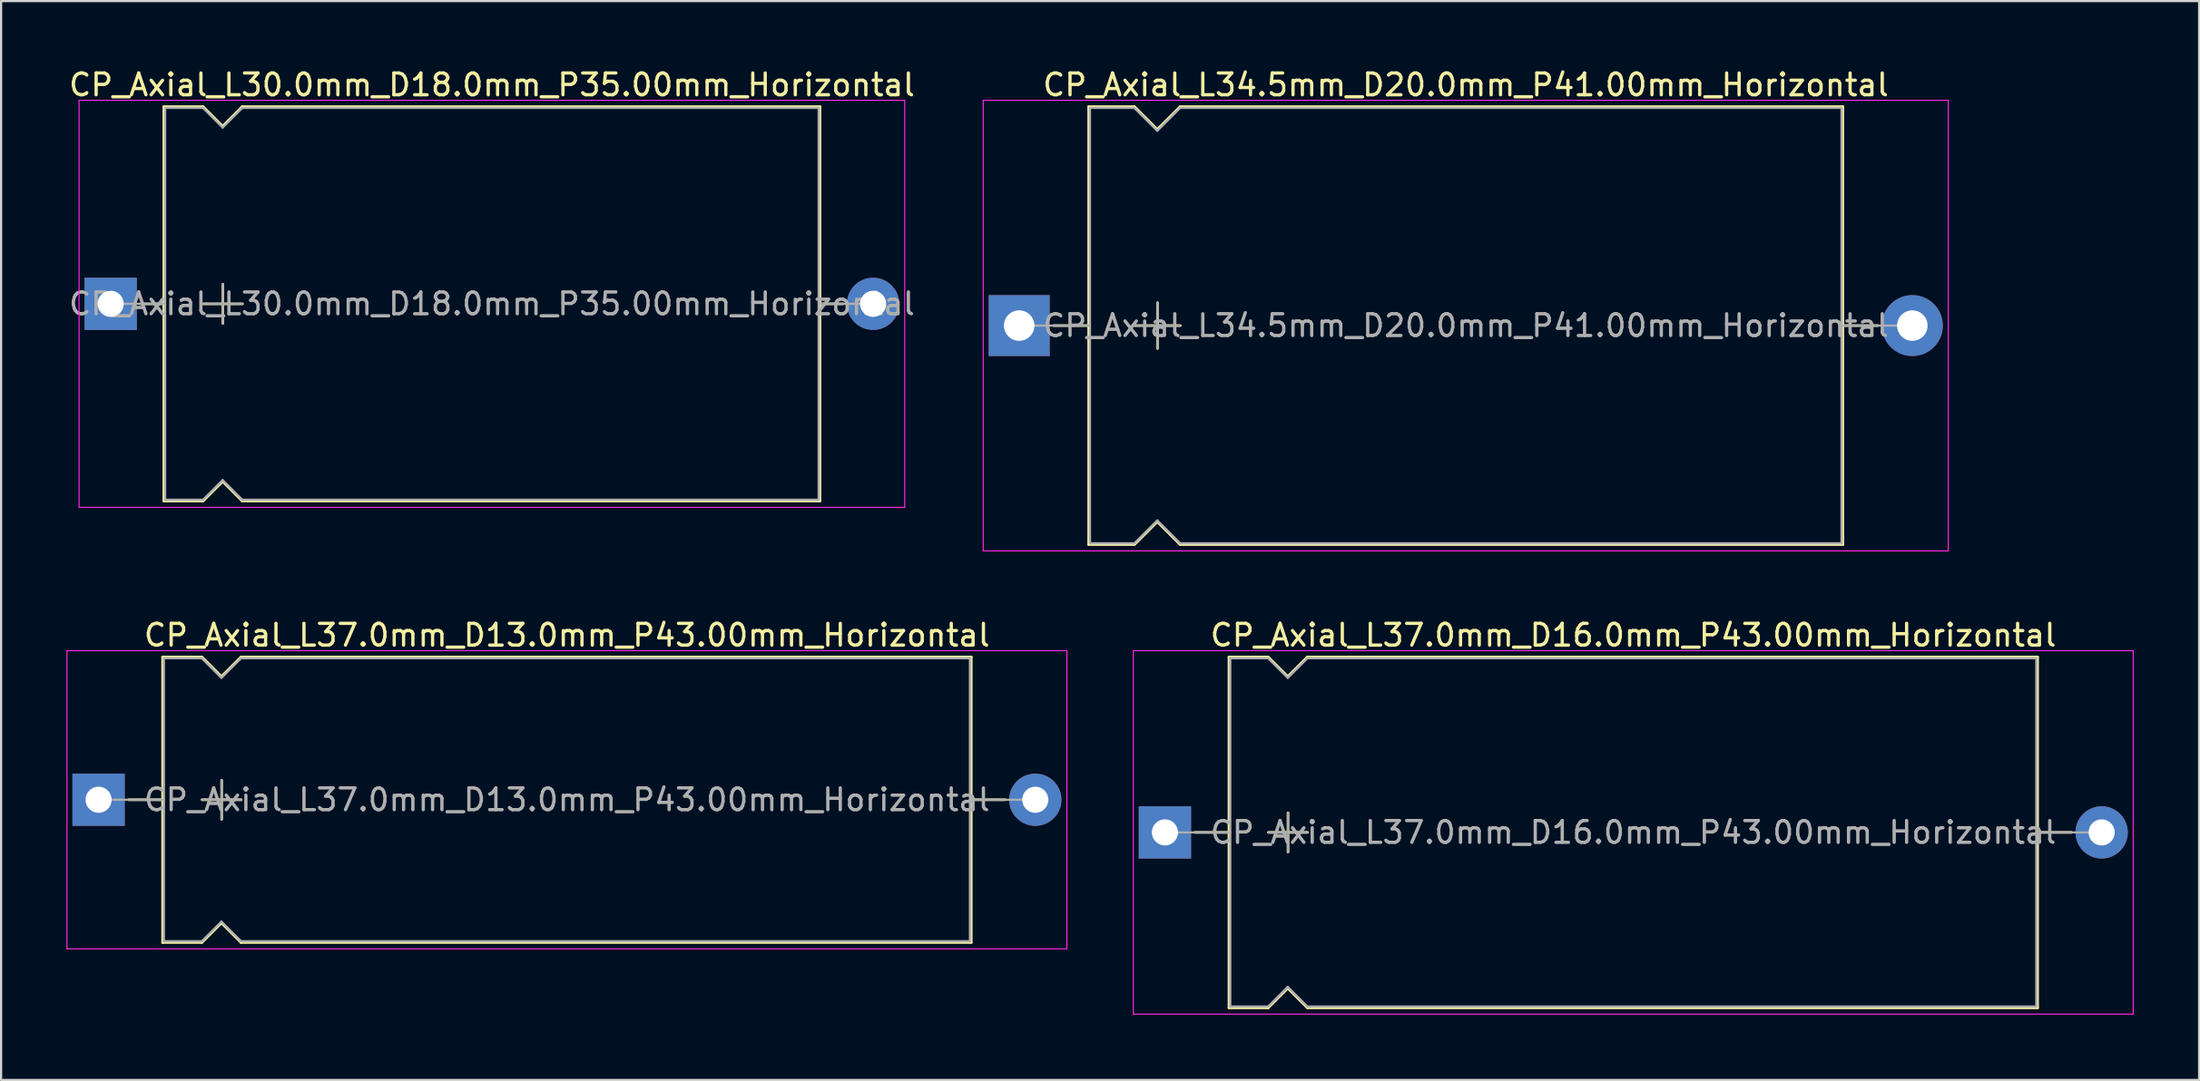
<source format=kicad_pcb>
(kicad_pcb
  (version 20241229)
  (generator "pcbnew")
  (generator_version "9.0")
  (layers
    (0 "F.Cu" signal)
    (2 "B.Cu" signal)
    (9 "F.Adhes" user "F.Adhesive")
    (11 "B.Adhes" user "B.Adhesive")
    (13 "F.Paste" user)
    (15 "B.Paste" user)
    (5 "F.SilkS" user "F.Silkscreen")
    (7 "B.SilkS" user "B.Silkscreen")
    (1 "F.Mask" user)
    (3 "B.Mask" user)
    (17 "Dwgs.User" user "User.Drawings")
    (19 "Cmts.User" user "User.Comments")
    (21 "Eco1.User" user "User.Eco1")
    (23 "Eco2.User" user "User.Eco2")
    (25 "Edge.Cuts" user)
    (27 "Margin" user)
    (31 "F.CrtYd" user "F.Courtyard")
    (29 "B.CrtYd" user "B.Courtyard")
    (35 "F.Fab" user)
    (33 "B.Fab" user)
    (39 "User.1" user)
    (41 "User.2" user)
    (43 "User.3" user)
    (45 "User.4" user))
  (footprint "CP_Axial_L37.0mm_D16.0mm_P43.00mm_Horizontal"
    (layer "F.Cu")
    (at 50.425 35.191)
    (property "Reference" "CP_Axial_L37.0mm_D16.0mm_P43.00mm_Horizontal" (at 21.5 -9.06 0) (layer "F.SilkS") (effects (font (size 1 1) (thickness 0.15))))
    (attr through_hole)
    (fp_line (start 1.38 0) (end 2.94 0) (stroke (width 0.12) (type solid)) (layer "F.SilkS"))
    (fp_line (start 2.94 -8.06) (end 2.94 8.06) (stroke (width 0.12) (type solid)) (layer "F.SilkS"))
    (fp_line (start 2.94 -8.06) (end 4.74 -8.06) (stroke (width 0.12) (type solid)) (layer "F.SilkS"))
    (fp_line (start 2.94 8.06) (end 4.74 8.06) (stroke (width 0.12) (type solid)) (layer "F.SilkS"))
    (fp_line (start 4.74 -8.06) (end 5.64 -7.16) (stroke (width 0.12) (type solid)) (layer "F.SilkS"))
    (fp_line (start 4.74 8.06) (end 5.64 7.16) (stroke (width 0.12) (type solid)) (layer "F.SilkS"))
    (fp_line (start 4.75 0) (end 6.55 0) (stroke (width 0.12) (type solid)) (layer "F.SilkS"))
    (fp_line (start 5.64 -7.16) (end 6.54 -8.06) (stroke (width 0.12) (type solid)) (layer "F.SilkS"))
    (fp_line (start 5.64 7.16) (end 6.54 8.06) (stroke (width 0.12) (type solid)) (layer "F.SilkS"))
    (fp_line (start 5.65 -0.9) (end 5.65 0.9) (stroke (width 0.12) (type solid)) (layer "F.SilkS"))
    (fp_line (start 6.54 -8.06) (end 40.06 -8.06) (stroke (width 0.12) (type solid)) (layer "F.SilkS"))
    (fp_line (start 6.54 8.06) (end 40.06 8.06) (stroke (width 0.12) (type solid)) (layer "F.SilkS"))
    (fp_line (start 40.06 -8.06) (end 40.06 8.06) (stroke (width 0.12) (type solid)) (layer "F.SilkS"))
    (fp_line (start 41.62 0) (end 40.06 0) (stroke (width 0.12) (type solid)) (layer "F.SilkS"))
    (fp_line (start -1.45 -8.35) (end -1.45 8.35) (stroke (width 0.05) (type solid)) (layer "F.CrtYd"))
    (fp_line (start -1.45 8.35) (end 44.45 8.35) (stroke (width 0.05) (type solid)) (layer "F.CrtYd"))
    (fp_line (start 44.45 -8.35) (end -1.45 -8.35) (stroke (width 0.05) (type solid)) (layer "F.CrtYd"))
    (fp_line (start 44.45 8.35) (end 44.45 -8.35) (stroke (width 0.05) (type solid)) (layer "F.CrtYd"))
    (fp_line (start 0 0) (end 3 0) (stroke (width 0.1) (type solid)) (layer "F.Fab"))
    (fp_line (start 3 -8) (end 3 8) (stroke (width 0.1) (type solid)) (layer "F.Fab"))
    (fp_line (start 3 -8) (end 4.74 -8) (stroke (width 0.1) (type solid)) (layer "F.Fab"))
    (fp_line (start 3 8) (end 4.74 8) (stroke (width 0.1) (type solid)) (layer "F.Fab"))
    (fp_line (start 4.74 -8) (end 5.64 -7.1) (stroke (width 0.1) (type solid)) (layer "F.Fab"))
    (fp_line (start 4.74 8) (end 5.64 7.1) (stroke (width 0.1) (type solid)) (layer "F.Fab"))
    (fp_line (start 4.75 0) (end 6.55 0) (stroke (width 0.1) (type solid)) (layer "F.Fab"))
    (fp_line (start 5.64 -7.1) (end 6.54 -8) (stroke (width 0.1) (type solid)) (layer "F.Fab"))
    (fp_line (start 5.64 7.1) (end 6.54 8) (stroke (width 0.1) (type solid)) (layer "F.Fab"))
    (fp_line (start 5.65 -0.9) (end 5.65 0.9) (stroke (width 0.1) (type solid)) (layer "F.Fab"))
    (fp_line (start 6.54 -8) (end 40 -8) (stroke (width 0.1) (type solid)) (layer "F.Fab"))
    (fp_line (start 6.54 8) (end 40 8) (stroke (width 0.1) (type solid)) (layer "F.Fab"))
    (fp_line (start 40 -8) (end 40 8) (stroke (width 0.1) (type solid)) (layer "F.Fab"))
    (fp_line (start 43 0) (end 40 0) (stroke (width 0.1) (type solid)) (layer "F.Fab"))
    (fp_text user "${REFERENCE}" (at 21.5 0 0) (layer "F.Fab") (effects (font (size 1 1) (thickness 0.15))))
    (pad "1" thru_hole rect (at 0 0) (size 2.4 2.4) (drill 1.2) (layers "*.Cu" "*.Mask"))
    (pad "2" thru_hole oval (at 43 0) (size 2.4 2.4) (drill 1.2) (layers "*.Cu" "*.Mask")))
  (footprint "CP_Axial_L34.5mm_D20.0mm_P41.00mm_Horizontal"
    (layer "F.Cu")
    (at 43.735 11.908)
    (property "Reference" "CP_Axial_L34.5mm_D20.0mm_P41.00mm_Horizontal" (at 20.5 -11.06 0) (layer "F.SilkS") (effects (font (size 1 1) (thickness 0.15))))
    (attr through_hole)
    (fp_line (start 1.58 0) (end 3.19 0) (stroke (width 0.12) (type solid)) (layer "F.SilkS"))
    (fp_line (start 3.19 -10.06) (end 3.19 10.06) (stroke (width 0.12) (type solid)) (layer "F.SilkS"))
    (fp_line (start 3.19 -10.06) (end 5.29 -10.06) (stroke (width 0.12) (type solid)) (layer "F.SilkS"))
    (fp_line (start 3.19 10.06) (end 5.29 10.06) (stroke (width 0.12) (type solid)) (layer "F.SilkS"))
    (fp_line (start 5.29 -10.06) (end 6.34 -9.01) (stroke (width 0.12) (type solid)) (layer "F.SilkS"))
    (fp_line (start 5.29 10.06) (end 6.34 9.01) (stroke (width 0.12) (type solid)) (layer "F.SilkS"))
    (fp_line (start 5.3 0) (end 7.4 0) (stroke (width 0.12) (type solid)) (layer "F.SilkS"))
    (fp_line (start 6.34 -9.01) (end 7.39 -10.06) (stroke (width 0.12) (type solid)) (layer "F.SilkS"))
    (fp_line (start 6.34 9.01) (end 7.39 10.06) (stroke (width 0.12) (type solid)) (layer "F.SilkS"))
    (fp_line (start 6.35 -1.05) (end 6.35 1.05) (stroke (width 0.12) (type solid)) (layer "F.SilkS"))
    (fp_line (start 7.39 -10.06) (end 37.81 -10.06) (stroke (width 0.12) (type solid)) (layer "F.SilkS"))
    (fp_line (start 7.39 10.06) (end 37.81 10.06) (stroke (width 0.12) (type solid)) (layer "F.SilkS"))
    (fp_line (start 37.81 -10.06) (end 37.81 10.06) (stroke (width 0.12) (type solid)) (layer "F.SilkS"))
    (fp_line (start 39.42 0) (end 37.81 0) (stroke (width 0.12) (type solid)) (layer "F.SilkS"))
    (fp_line (start -1.65 -10.35) (end -1.65 10.35) (stroke (width 0.05) (type solid)) (layer "F.CrtYd"))
    (fp_line (start -1.65 10.35) (end 42.65 10.35) (stroke (width 0.05) (type solid)) (layer "F.CrtYd"))
    (fp_line (start 42.65 -10.35) (end -1.65 -10.35) (stroke (width 0.05) (type solid)) (layer "F.CrtYd"))
    (fp_line (start 42.65 10.35) (end 42.65 -10.35) (stroke (width 0.05) (type solid)) (layer "F.CrtYd"))
    (fp_line (start 0 0) (end 3.25 0) (stroke (width 0.1) (type solid)) (layer "F.Fab"))
    (fp_line (start 3.25 -10) (end 3.25 10) (stroke (width 0.1) (type solid)) (layer "F.Fab"))
    (fp_line (start 3.25 -10) (end 5.29 -10) (stroke (width 0.1) (type solid)) (layer "F.Fab"))
    (fp_line (start 3.25 10) (end 5.29 10) (stroke (width 0.1) (type solid)) (layer "F.Fab"))
    (fp_line (start 5.29 -10) (end 6.34 -8.95) (stroke (width 0.1) (type solid)) (layer "F.Fab"))
    (fp_line (start 5.29 10) (end 6.34 8.95) (stroke (width 0.1) (type solid)) (layer "F.Fab"))
    (fp_line (start 5.3 0) (end 7.4 0) (stroke (width 0.1) (type solid)) (layer "F.Fab"))
    (fp_line (start 6.34 -8.95) (end 7.39 -10) (stroke (width 0.1) (type solid)) (layer "F.Fab"))
    (fp_line (start 6.34 8.95) (end 7.39 10) (stroke (width 0.1) (type solid)) (layer "F.Fab"))
    (fp_line (start 6.35 -1.05) (end 6.35 1.05) (stroke (width 0.1) (type solid)) (layer "F.Fab"))
    (fp_line (start 7.39 -10) (end 37.75 -10) (stroke (width 0.1) (type solid)) (layer "F.Fab"))
    (fp_line (start 7.39 10) (end 37.75 10) (stroke (width 0.1) (type solid)) (layer "F.Fab"))
    (fp_line (start 37.75 -10) (end 37.75 10) (stroke (width 0.1) (type solid)) (layer "F.Fab"))
    (fp_line (start 41 0) (end 37.75 0) (stroke (width 0.1) (type solid)) (layer "F.Fab"))
    (fp_text user "${REFERENCE}" (at 20.5 0 0) (layer "F.Fab") (effects (font (size 1 1) (thickness 0.15))))
    (pad "1" thru_hole rect (at 0 0) (size 2.8 2.8) (drill 1.4) (layers "*.Cu" "*.Mask"))
    (pad "2" thru_hole oval (at 41 0) (size 2.8 2.8) (drill 1.4) (layers "*.Cu" "*.Mask")))
  (footprint "CP_Axial_L30.0mm_D18.0mm_P35.00mm_Horizontal"
    (layer "F.Cu")
    (at 2.03 10.908)
    (property "Reference" "CP_Axial_L30.0mm_D18.0mm_P35.00mm_Horizontal" (at 17.5 -10.06 0) (layer "F.SilkS") (effects (font (size 1 1) (thickness 0.15))))
    (attr through_hole)
    (fp_line (start 1.38 0) (end 2.44 0) (stroke (width 0.12) (type solid)) (layer "F.SilkS"))
    (fp_line (start 2.44 -9.06) (end 2.44 9.06) (stroke (width 0.12) (type solid)) (layer "F.SilkS"))
    (fp_line (start 2.44 -9.06) (end 4.24 -9.06) (stroke (width 0.12) (type solid)) (layer "F.SilkS"))
    (fp_line (start 2.44 9.06) (end 4.24 9.06) (stroke (width 0.12) (type solid)) (layer "F.SilkS"))
    (fp_line (start 4.24 -9.06) (end 5.14 -8.16) (stroke (width 0.12) (type solid)) (layer "F.SilkS"))
    (fp_line (start 4.24 9.06) (end 5.14 8.16) (stroke (width 0.12) (type solid)) (layer "F.SilkS"))
    (fp_line (start 4.25 0) (end 6.05 0) (stroke (width 0.12) (type solid)) (layer "F.SilkS"))
    (fp_line (start 5.14 -8.16) (end 6.04 -9.06) (stroke (width 0.12) (type solid)) (layer "F.SilkS"))
    (fp_line (start 5.14 8.16) (end 6.04 9.06) (stroke (width 0.12) (type solid)) (layer "F.SilkS"))
    (fp_line (start 5.15 -0.9) (end 5.15 0.9) (stroke (width 0.12) (type solid)) (layer "F.SilkS"))
    (fp_line (start 6.04 -9.06) (end 32.56 -9.06) (stroke (width 0.12) (type solid)) (layer "F.SilkS"))
    (fp_line (start 6.04 9.06) (end 32.56 9.06) (stroke (width 0.12) (type solid)) (layer "F.SilkS"))
    (fp_line (start 32.56 -9.06) (end 32.56 9.06) (stroke (width 0.12) (type solid)) (layer "F.SilkS"))
    (fp_line (start 33.62 0) (end 32.56 0) (stroke (width 0.12) (type solid)) (layer "F.SilkS"))
    (fp_line (start -1.45 -9.35) (end -1.45 9.35) (stroke (width 0.05) (type solid)) (layer "F.CrtYd"))
    (fp_line (start -1.45 9.35) (end 36.45 9.35) (stroke (width 0.05) (type solid)) (layer "F.CrtYd"))
    (fp_line (start 36.45 -9.35) (end -1.45 -9.35) (stroke (width 0.05) (type solid)) (layer "F.CrtYd"))
    (fp_line (start 36.45 9.35) (end 36.45 -9.35) (stroke (width 0.05) (type solid)) (layer "F.CrtYd"))
    (fp_line (start 0 0) (end 2.5 0) (stroke (width 0.1) (type solid)) (layer "F.Fab"))
    (fp_line (start 2.5 -9) (end 2.5 9) (stroke (width 0.1) (type solid)) (layer "F.Fab"))
    (fp_line (start 2.5 -9) (end 4.24 -9) (stroke (width 0.1) (type solid)) (layer "F.Fab"))
    (fp_line (start 2.5 9) (end 4.24 9) (stroke (width 0.1) (type solid)) (layer "F.Fab"))
    (fp_line (start 4.24 -9) (end 5.14 -8.1) (stroke (width 0.1) (type solid)) (layer "F.Fab"))
    (fp_line (start 4.24 9) (end 5.14 8.1) (stroke (width 0.1) (type solid)) (layer "F.Fab"))
    (fp_line (start 4.25 0) (end 6.05 0) (stroke (width 0.1) (type solid)) (layer "F.Fab"))
    (fp_line (start 5.14 -8.1) (end 6.04 -9) (stroke (width 0.1) (type solid)) (layer "F.Fab"))
    (fp_line (start 5.14 8.1) (end 6.04 9) (stroke (width 0.1) (type solid)) (layer "F.Fab"))
    (fp_line (start 5.15 -0.9) (end 5.15 0.9) (stroke (width 0.1) (type solid)) (layer "F.Fab"))
    (fp_line (start 6.04 -9) (end 32.5 -9) (stroke (width 0.1) (type solid)) (layer "F.Fab"))
    (fp_line (start 6.04 9) (end 32.5 9) (stroke (width 0.1) (type solid)) (layer "F.Fab"))
    (fp_line (start 32.5 -9) (end 32.5 9) (stroke (width 0.1) (type solid)) (layer "F.Fab"))
    (fp_line (start 35 0) (end 32.5 0) (stroke (width 0.1) (type solid)) (layer "F.Fab"))
    (fp_text user "${REFERENCE}" (at 17.5 0 0) (layer "F.Fab") (effects (font (size 1 1) (thickness 0.15))))
    (pad "1" thru_hole rect (at 0 0) (size 2.4 2.4) (drill 1.2) (layers "*.Cu" "*.Mask"))
    (pad "2" thru_hole oval (at 35 0) (size 2.4 2.4) (drill 1.2) (layers "*.Cu" "*.Mask")))
  (footprint "CP_Axial_L37.0mm_D13.0mm_P43.00mm_Horizontal"
    (layer "F.Cu")
    (at 1.475 33.691)
    (property "Reference" "CP_Axial_L37.0mm_D13.0mm_P43.00mm_Horizontal" (at 21.5 -7.56 0) (layer "F.SilkS") (effects (font (size 1 1) (thickness 0.15))))
    (attr through_hole)
    (fp_line (start 1.38 0) (end 2.94 0) (stroke (width 0.12) (type solid)) (layer "F.SilkS"))
    (fp_line (start 2.94 -6.56) (end 2.94 6.56) (stroke (width 0.12) (type solid)) (layer "F.SilkS"))
    (fp_line (start 2.94 -6.56) (end 4.74 -6.56) (stroke (width 0.12) (type solid)) (layer "F.SilkS"))
    (fp_line (start 2.94 6.56) (end 4.74 6.56) (stroke (width 0.12) (type solid)) (layer "F.SilkS"))
    (fp_line (start 4.74 -6.56) (end 5.64 -5.66) (stroke (width 0.12) (type solid)) (layer "F.SilkS"))
    (fp_line (start 4.74 6.56) (end 5.64 5.66) (stroke (width 0.12) (type solid)) (layer "F.SilkS"))
    (fp_line (start 4.75 0) (end 6.55 0) (stroke (width 0.12) (type solid)) (layer "F.SilkS"))
    (fp_line (start 5.64 -5.66) (end 6.54 -6.56) (stroke (width 0.12) (type solid)) (layer "F.SilkS"))
    (fp_line (start 5.64 5.66) (end 6.54 6.56) (stroke (width 0.12) (type solid)) (layer "F.SilkS"))
    (fp_line (start 5.65 -0.9) (end 5.65 0.9) (stroke (width 0.12) (type solid)) (layer "F.SilkS"))
    (fp_line (start 6.54 -6.56) (end 40.06 -6.56) (stroke (width 0.12) (type solid)) (layer "F.SilkS"))
    (fp_line (start 6.54 6.56) (end 40.06 6.56) (stroke (width 0.12) (type solid)) (layer "F.SilkS"))
    (fp_line (start 40.06 -6.56) (end 40.06 6.56) (stroke (width 0.12) (type solid)) (layer "F.SilkS"))
    (fp_line (start 41.62 0) (end 40.06 0) (stroke (width 0.12) (type solid)) (layer "F.SilkS"))
    (fp_line (start -1.45 -6.85) (end -1.45 6.85) (stroke (width 0.05) (type solid)) (layer "F.CrtYd"))
    (fp_line (start -1.45 6.85) (end 44.45 6.85) (stroke (width 0.05) (type solid)) (layer "F.CrtYd"))
    (fp_line (start 44.45 -6.85) (end -1.45 -6.85) (stroke (width 0.05) (type solid)) (layer "F.CrtYd"))
    (fp_line (start 44.45 6.85) (end 44.45 -6.85) (stroke (width 0.05) (type solid)) (layer "F.CrtYd"))
    (fp_line (start 0 0) (end 3 0) (stroke (width 0.1) (type solid)) (layer "F.Fab"))
    (fp_line (start 3 -6.5) (end 3 6.5) (stroke (width 0.1) (type solid)) (layer "F.Fab"))
    (fp_line (start 3 -6.5) (end 4.74 -6.5) (stroke (width 0.1) (type solid)) (layer "F.Fab"))
    (fp_line (start 3 6.5) (end 4.74 6.5) (stroke (width 0.1) (type solid)) (layer "F.Fab"))
    (fp_line (start 4.74 -6.5) (end 5.64 -5.6) (stroke (width 0.1) (type solid)) (layer "F.Fab"))
    (fp_line (start 4.74 6.5) (end 5.64 5.6) (stroke (width 0.1) (type solid)) (layer "F.Fab"))
    (fp_line (start 4.75 0) (end 6.55 0) (stroke (width 0.1) (type solid)) (layer "F.Fab"))
    (fp_line (start 5.64 -5.6) (end 6.54 -6.5) (stroke (width 0.1) (type solid)) (layer "F.Fab"))
    (fp_line (start 5.64 5.6) (end 6.54 6.5) (stroke (width 0.1) (type solid)) (layer "F.Fab"))
    (fp_line (start 5.65 -0.9) (end 5.65 0.9) (stroke (width 0.1) (type solid)) (layer "F.Fab"))
    (fp_line (start 6.54 -6.5) (end 40 -6.5) (stroke (width 0.1) (type solid)) (layer "F.Fab"))
    (fp_line (start 6.54 6.5) (end 40 6.5) (stroke (width 0.1) (type solid)) (layer "F.Fab"))
    (fp_line (start 40 -6.5) (end 40 6.5) (stroke (width 0.1) (type solid)) (layer "F.Fab"))
    (fp_line (start 43 0) (end 40 0) (stroke (width 0.1) (type solid)) (layer "F.Fab"))
    (fp_text user "${REFERENCE}" (at 21.5 0 0) (layer "F.Fab") (effects (font (size 1 1) (thickness 0.15))))
    (pad "1" thru_hole rect (at 0 0) (size 2.4 2.4) (drill 1.2) (layers "*.Cu" "*.Mask"))
    (pad "2" thru_hole oval (at 43 0) (size 2.4 2.4) (drill 1.2) (layers "*.Cu" "*.Mask")))
  (gr_rect
    (start -3 -3)
    (end 97.9 46.566)
    (stroke (width 0.1) (type default))
    (fill no)
    (layer "Edge.Cuts")))
</source>
